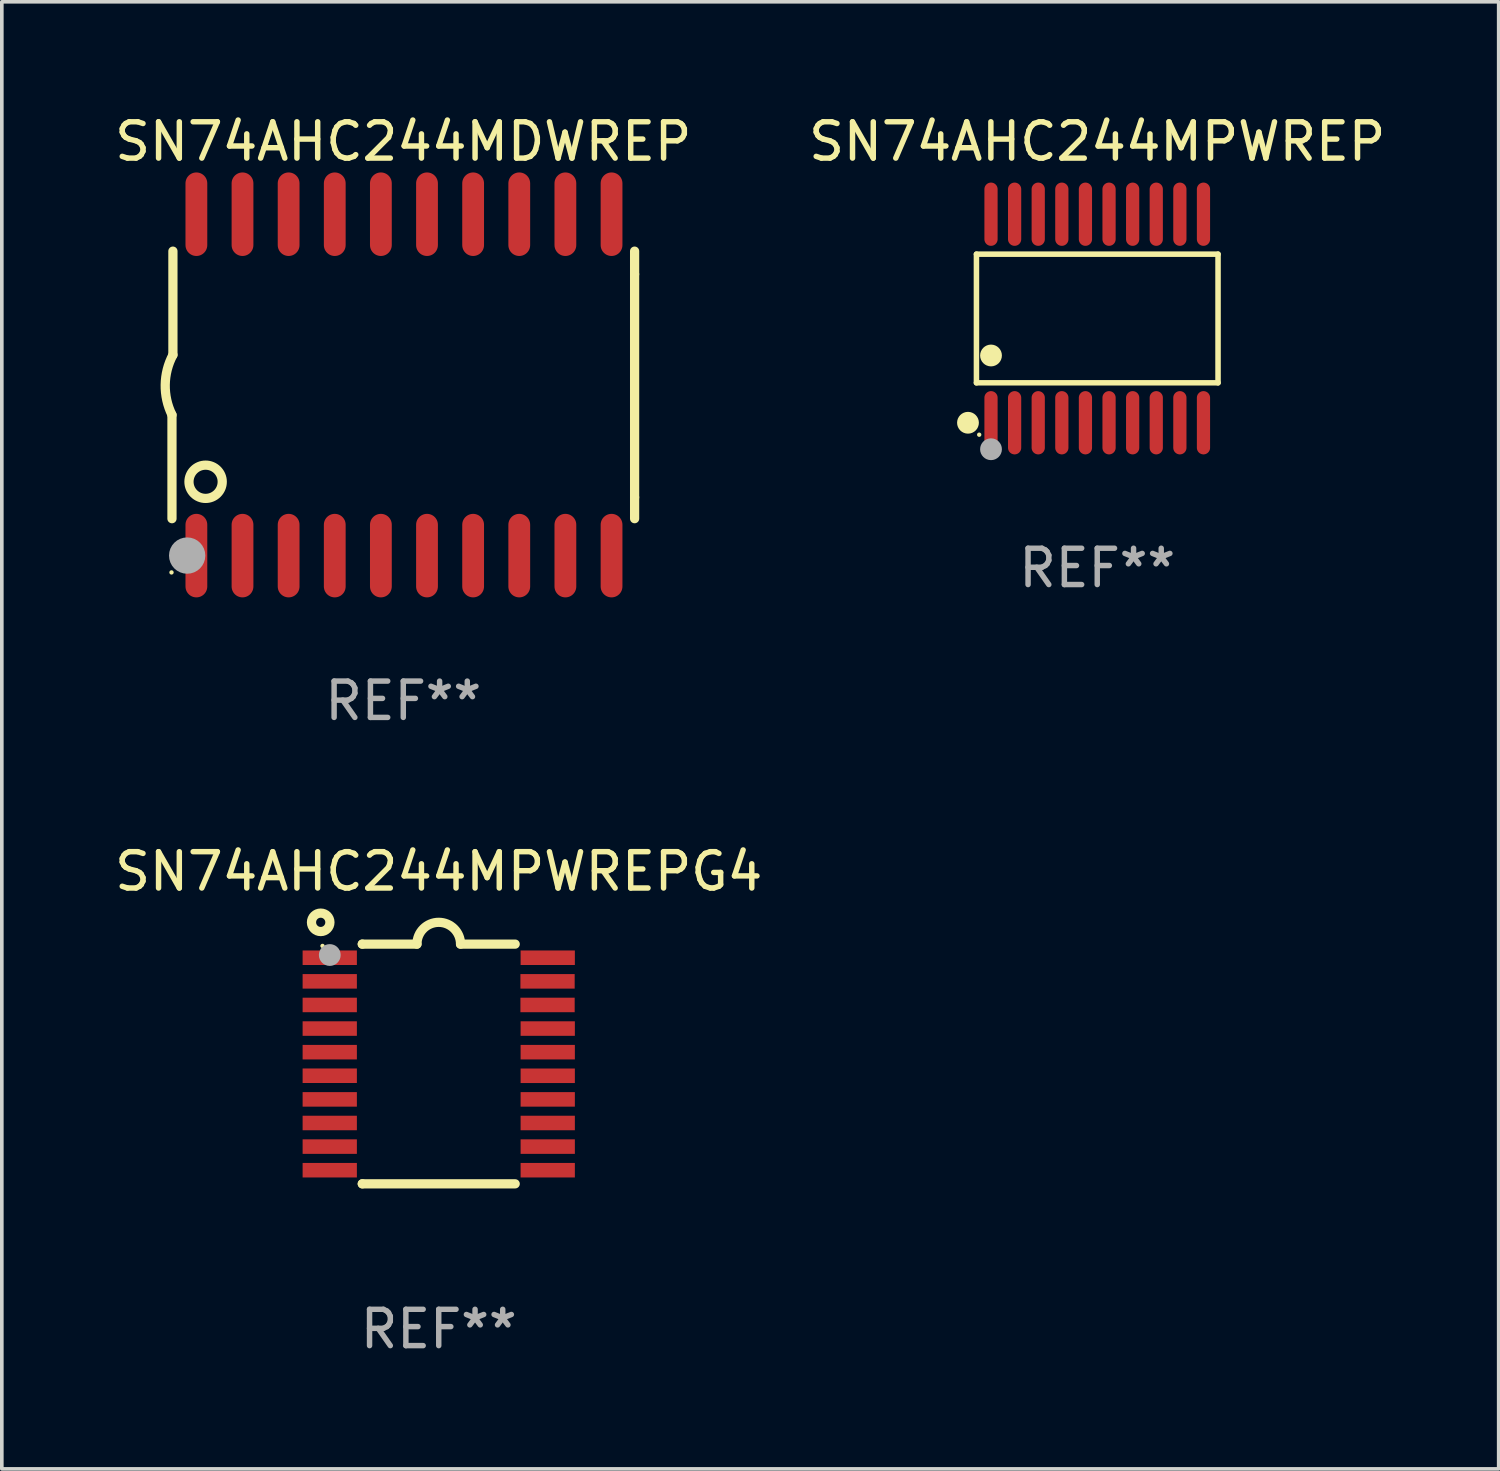
<source format=kicad_pcb>
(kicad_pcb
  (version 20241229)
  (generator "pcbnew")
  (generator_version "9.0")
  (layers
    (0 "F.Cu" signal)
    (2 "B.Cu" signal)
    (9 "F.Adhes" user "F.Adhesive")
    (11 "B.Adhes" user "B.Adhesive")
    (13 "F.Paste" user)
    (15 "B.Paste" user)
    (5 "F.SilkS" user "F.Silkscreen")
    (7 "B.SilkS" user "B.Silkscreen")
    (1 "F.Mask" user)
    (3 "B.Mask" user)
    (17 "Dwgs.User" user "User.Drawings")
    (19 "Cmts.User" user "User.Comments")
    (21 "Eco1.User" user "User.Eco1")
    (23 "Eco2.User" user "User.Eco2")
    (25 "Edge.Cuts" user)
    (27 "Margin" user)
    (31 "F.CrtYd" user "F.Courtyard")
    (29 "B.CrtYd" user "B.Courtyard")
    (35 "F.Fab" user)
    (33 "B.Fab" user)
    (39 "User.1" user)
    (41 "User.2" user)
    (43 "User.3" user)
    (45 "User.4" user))
  (footprint "SN74AHC244MPWREPG4"
    (layer "F.Cu")
    (at 9.03 26.245)
    (property "Reference" "SN74AHC244MPWREPG4" (at 0 -5.3 0) (layer "F.SilkS") (effects (font (size 1 1) (thickness 0.15))))
    (attr through_hole)
    (fp_line (start -2.105 -3.3) (end -2.105 -3.3) (stroke (width 0.254) (type solid)) (layer "F.SilkS"))
    (fp_line (start -2.105 -3.3) (end -0.6 -3.3) (stroke (width 0.254) (type solid)) (layer "F.SilkS"))
    (fp_line (start -2.105 3.3) (end -2.105 3.3) (stroke (width 0.254) (type solid)) (layer "F.SilkS"))
    (fp_line (start 0.6 -3.3) (end 2.105 -3.3) (stroke (width 0.254) (type solid)) (layer "F.SilkS"))
    (fp_line (start 2.105 3.3) (end -2.105 3.3) (stroke (width 0.254) (type solid)) (layer "F.SilkS"))
    (fp_arc (start -0.599924 -3.300026) (mid 0.000114 -3.897415) (end 0.600152 -3.300025) (stroke (width 0.254001) (type solid)) (layer "F.SilkS"))
    (fp_circle (center -3.25 -3.9) (end -2.996 -3.9) (stroke (width 0.254) (type solid)) (fill no) (layer "F.SilkS"))
    (fp_circle (center -3.2 -3.25) (end -3.17 -3.25) (stroke (width 0.06) (type solid)) (fill no) (layer "F.SilkS"))
    (fp_circle (center -3 -3) (end -2.85 -3) (stroke (width 0.3) (type solid)) (fill no) (layer "F.Fab"))
    (fp_text user "REF**" (at 0 7.3 0) (layer "F.Fab") (effects (font (size 1 1) (thickness 0.15))))
    (pad "1" smd rect (at -3.001 -2.925 270) (size 0.4 1.494) (layers "F.Cu" "F.Mask" "F.Paste"))
    (pad "2" smd rect (at -3.001 -2.275 270) (size 0.4 1.494) (layers "F.Cu" "F.Mask" "F.Paste"))
    (pad "3" smd rect (at -3.001 -1.625 270) (size 0.4 1.494) (layers "F.Cu" "F.Mask" "F.Paste"))
    (pad "4" smd rect (at -3.001 -0.975 270) (size 0.4 1.494) (layers "F.Cu" "F.Mask" "F.Paste"))
    (pad "5" smd rect (at -3.001 -0.325 270) (size 0.4 1.494) (layers "F.Cu" "F.Mask" "F.Paste"))
    (pad "6" smd rect (at -3.001 0.324 270) (size 0.4 1.494) (layers "F.Cu" "F.Mask" "F.Paste"))
    (pad "7" smd rect (at -3.001 0.975 270) (size 0.4 1.494) (layers "F.Cu" "F.Mask" "F.Paste"))
    (pad "8" smd rect (at -3.001 1.625 270) (size 0.4 1.494) (layers "F.Cu" "F.Mask" "F.Paste"))
    (pad "9" smd rect (at -3.001 2.275 270) (size 0.4 1.494) (layers "F.Cu" "F.Mask" "F.Paste"))
    (pad "10" smd rect (at -3.001 2.925 270) (size 0.4 1.494) (layers "F.Cu" "F.Mask" "F.Paste"))
    (pad "11" smd rect (at 3.001 2.925 270) (size 0.4 1.494) (layers "F.Cu" "F.Mask" "F.Paste"))
    (pad "12" smd rect (at 3.001 2.275 270) (size 0.4 1.494) (layers "F.Cu" "F.Mask" "F.Paste"))
    (pad "13" smd rect (at 3.001 1.625 270) (size 0.4 1.494) (layers "F.Cu" "F.Mask" "F.Paste"))
    (pad "14" smd rect (at 3.001 0.975 270) (size 0.4 1.494) (layers "F.Cu" "F.Mask" "F.Paste"))
    (pad "15" smd rect (at 3.001 0.325 270) (size 0.4 1.494) (layers "F.Cu" "F.Mask" "F.Paste"))
    (pad "16" smd rect (at 3.001 -0.325 270) (size 0.4 1.494) (layers "F.Cu" "F.Mask" "F.Paste"))
    (pad "17" smd rect (at 3.001 -0.975 270) (size 0.4 1.494) (layers "F.Cu" "F.Mask" "F.Paste"))
    (pad "18" smd rect (at 2.996 -1.625 270) (size 0.4 1.494) (layers "F.Cu" "F.Mask" "F.Paste"))
    (pad "19" smd rect (at 2.996 -2.275 270) (size 0.4 1.494) (layers "F.Cu" "F.Mask" "F.Paste"))
    (pad "20" smd rect (at 3.001 -2.925 270) (size 0.4 1.494) (layers "F.Cu" "F.Mask" "F.Paste")))
  (footprint "SN74AHC244MDWREP"
    (layer "F.Cu")
    (at 8.054 7.548)
    (property "Reference" "SN74AHC244MDWREP" (at 0 -6.7 0) (layer "F.SilkS") (effects (font (size 1 1) (thickness 0.15))))
    (attr through_hole)
    (fp_line (start -6.369 0.826) (end -6.369 3.683) (stroke (width 0.254) (type solid)) (layer "F.SilkS"))
    (fp_line (start -6.343 -0.825) (end -6.343 -3.683) (stroke (width 0.254) (type solid)) (layer "F.SilkS"))
    (fp_line (start 6.369 -3.048) (end 6.369 -3.683) (stroke (width 0.254) (type solid)) (layer "F.SilkS"))
    (fp_line (start 6.369 -3.048) (end 6.369 3.096) (stroke (width 0.254) (type solid)) (layer "F.SilkS"))
    (fp_line (start 6.369 3.096) (end 6.369 3.683) (stroke (width 0.254) (type solid)) (layer "F.SilkS"))
    (fp_arc (start -6.36853 0.825552) (mid -6.554743 -0.00301) (end -6.343129 -0.825451) (stroke (width 0.254001) (type solid)) (layer "F.SilkS"))
    (fp_circle (center -6.382 5.163) (end -6.352 5.163) (stroke (width 0.06) (type solid)) (fill no) (layer "F.SilkS"))
    (fp_circle (center -5.443 2.667) (end -4.985 2.667) (stroke (width 0.254) (type solid)) (fill no) (layer "F.SilkS"))
    (fp_circle (center -5.951 4.699) (end -5.701 4.699) (stroke (width 0.5) (type solid)) (fill no) (layer "F.Fab"))
    (fp_text user "REF**" (at 0 8.7 0) (layer "F.Fab") (effects (font (size 1 1) (thickness 0.15))))
    (pad "1" smd oval (at -5.697 4.7 180) (size 0.6 2.3) (layers "F.Cu" "F.Mask" "F.Paste"))
    (pad "2" smd oval (at -4.427 4.7 180) (size 0.6 2.3) (layers "F.Cu" "F.Mask" "F.Paste"))
    (pad "3" smd oval (at -3.157 4.7 180) (size 0.6 2.3) (layers "F.Cu" "F.Mask" "F.Paste"))
    (pad "4" smd oval (at -1.887 4.7 180) (size 0.6 2.3) (layers "F.Cu" "F.Mask" "F.Paste"))
    (pad "5" smd oval (at -0.617 4.7 180) (size 0.6 2.3) (layers "F.Cu" "F.Mask" "F.Paste"))
    (pad "6" smd oval (at 0.653 4.7 180) (size 0.6 2.3) (layers "F.Cu" "F.Mask" "F.Paste"))
    (pad "7" smd oval (at 1.923 4.7 180) (size 0.6 2.3) (layers "F.Cu" "F.Mask" "F.Paste"))
    (pad "8" smd oval (at 3.193 4.7 180) (size 0.6 2.3) (layers "F.Cu" "F.Mask" "F.Paste"))
    (pad "9" smd oval (at 4.463 4.7 180) (size 0.6 2.3) (layers "F.Cu" "F.Mask" "F.Paste"))
    (pad "10" smd oval (at 5.734 4.7 180) (size 0.6 2.3) (layers "F.Cu" "F.Mask" "F.Paste"))
    (pad "11" smd oval (at 5.734 -4.7 180) (size 0.6 2.3) (layers "F.Cu" "F.Mask" "F.Paste"))
    (pad "12" smd oval (at 4.463 -4.7 180) (size 0.6 2.3) (layers "F.Cu" "F.Mask" "F.Paste"))
    (pad "13" smd oval (at 3.193 -4.7 180) (size 0.6 2.3) (layers "F.Cu" "F.Mask" "F.Paste"))
    (pad "14" smd oval (at 1.923 -4.7 180) (size 0.6 2.3) (layers "F.Cu" "F.Mask" "F.Paste"))
    (pad "15" smd oval (at 0.653 -4.7 180) (size 0.6 2.3) (layers "F.Cu" "F.Mask" "F.Paste"))
    (pad "16" smd oval (at -0.617 -4.7 180) (size 0.6 2.3) (layers "F.Cu" "F.Mask" "F.Paste"))
    (pad "17" smd oval (at -1.887 -4.7 180) (size 0.6 2.3) (layers "F.Cu" "F.Mask" "F.Paste"))
    (pad "18" smd oval (at -3.157 -4.7 180) (size 0.6 2.3) (layers "F.Cu" "F.Mask" "F.Paste"))
    (pad "19" smd oval (at -4.427 -4.7 180) (size 0.6 2.3) (layers "F.Cu" "F.Mask" "F.Paste"))
    (pad "20" smd oval (at -5.697 -4.7 180) (size 0.6 2.3) (layers "F.Cu" "F.Mask" "F.Paste")))
  (footprint "SN74AHC244MPWREP"
    (layer "F.Cu")
    (at 27.161 5.719)
    (property "Reference" "SN74AHC244MPWREP" (at 0 -4.871 0) (layer "F.SilkS") (effects (font (size 1 1) (thickness 0.15))))
    (attr through_hole)
    (fp_line (start -3.326 -1.771) (end 3.326 -1.771) (stroke (width 0.152) (type solid)) (layer "F.SilkS"))
    (fp_line (start -3.326 1.771) (end -3.326 -1.771) (stroke (width 0.152) (type solid)) (layer "F.SilkS"))
    (fp_line (start 3.326 -1.771) (end 3.326 1.771) (stroke (width 0.152) (type solid)) (layer "F.SilkS"))
    (fp_line (start 3.326 1.771) (end -3.326 1.771) (stroke (width 0.152) (type solid)) (layer "F.SilkS"))
    (fp_circle (center -3.559 2.871) (end -3.409 2.871) (stroke (width 0.3) (type solid)) (fill no) (layer "F.SilkS"))
    (fp_circle (center -3.25 3.2) (end -3.22 3.2) (stroke (width 0.06) (type solid)) (fill no) (layer "F.SilkS"))
    (fp_circle (center -2.925 1.019) (end -2.775 1.019) (stroke (width 0.3) (type solid)) (fill no) (layer "F.SilkS"))
    (fp_circle (center -2.925 3.6) (end -2.775 3.6) (stroke (width 0.3) (type solid)) (fill no) (layer "F.Fab"))
    (fp_text user "REF**" (at 0 6.871 0) (layer "F.Fab") (effects (font (size 1 1) (thickness 0.15))))
    (pad "1" smd oval (at -2.925 2.871) (size 0.364 1.742) (layers "F.Cu" "F.Mask" "F.Paste"))
    (pad "2" smd oval (at -2.275 2.871) (size 0.364 1.742) (layers "F.Cu" "F.Mask" "F.Paste"))
    (pad "3" smd oval (at -1.625 2.871) (size 0.364 1.742) (layers "F.Cu" "F.Mask" "F.Paste"))
    (pad "4" smd oval (at -0.975 2.871) (size 0.364 1.742) (layers "F.Cu" "F.Mask" "F.Paste"))
    (pad "5" smd oval (at -0.325 2.871) (size 0.364 1.742) (layers "F.Cu" "F.Mask" "F.Paste"))
    (pad "6" smd oval (at 0.325 2.871) (size 0.364 1.742) (layers "F.Cu" "F.Mask" "F.Paste"))
    (pad "7" smd oval (at 0.975 2.871) (size 0.364 1.742) (layers "F.Cu" "F.Mask" "F.Paste"))
    (pad "8" smd oval (at 1.625 2.871) (size 0.364 1.742) (layers "F.Cu" "F.Mask" "F.Paste"))
    (pad "9" smd oval (at 2.275 2.871) (size 0.364 1.742) (layers "F.Cu" "F.Mask" "F.Paste"))
    (pad "10" smd oval (at 2.925 2.871) (size 0.364 1.742) (layers "F.Cu" "F.Mask" "F.Paste"))
    (pad "11" smd oval (at 2.925 -2.871) (size 0.364 1.742) (layers "F.Cu" "F.Mask" "F.Paste"))
    (pad "12" smd oval (at 2.275 -2.871) (size 0.364 1.742) (layers "F.Cu" "F.Mask" "F.Paste"))
    (pad "13" smd oval (at 1.625 -2.871) (size 0.364 1.742) (layers "F.Cu" "F.Mask" "F.Paste"))
    (pad "14" smd oval (at 0.975 -2.871) (size 0.364 1.742) (layers "F.Cu" "F.Mask" "F.Paste"))
    (pad "15" smd oval (at 0.325 -2.871) (size 0.364 1.742) (layers "F.Cu" "F.Mask" "F.Paste"))
    (pad "16" smd oval (at -0.325 -2.871) (size 0.364 1.742) (layers "F.Cu" "F.Mask" "F.Paste"))
    (pad "17" smd oval (at -0.975 -2.871) (size 0.364 1.742) (layers "F.Cu" "F.Mask" "F.Paste"))
    (pad "18" smd oval (at -1.625 -2.871) (size 0.364 1.742) (layers "F.Cu" "F.Mask" "F.Paste"))
    (pad "19" smd oval (at -2.275 -2.871) (size 0.364 1.742) (layers "F.Cu" "F.Mask" "F.Paste"))
    (pad "20" smd oval (at -2.925 -2.871) (size 0.364 1.742) (layers "F.Cu" "F.Mask" "F.Paste")))
  (gr_rect
    (start -3 -3)
    (end 38.214 37.394)
    (stroke (width 0.1) (type default))
    (fill no)
    (layer "Edge.Cuts")))
</source>
